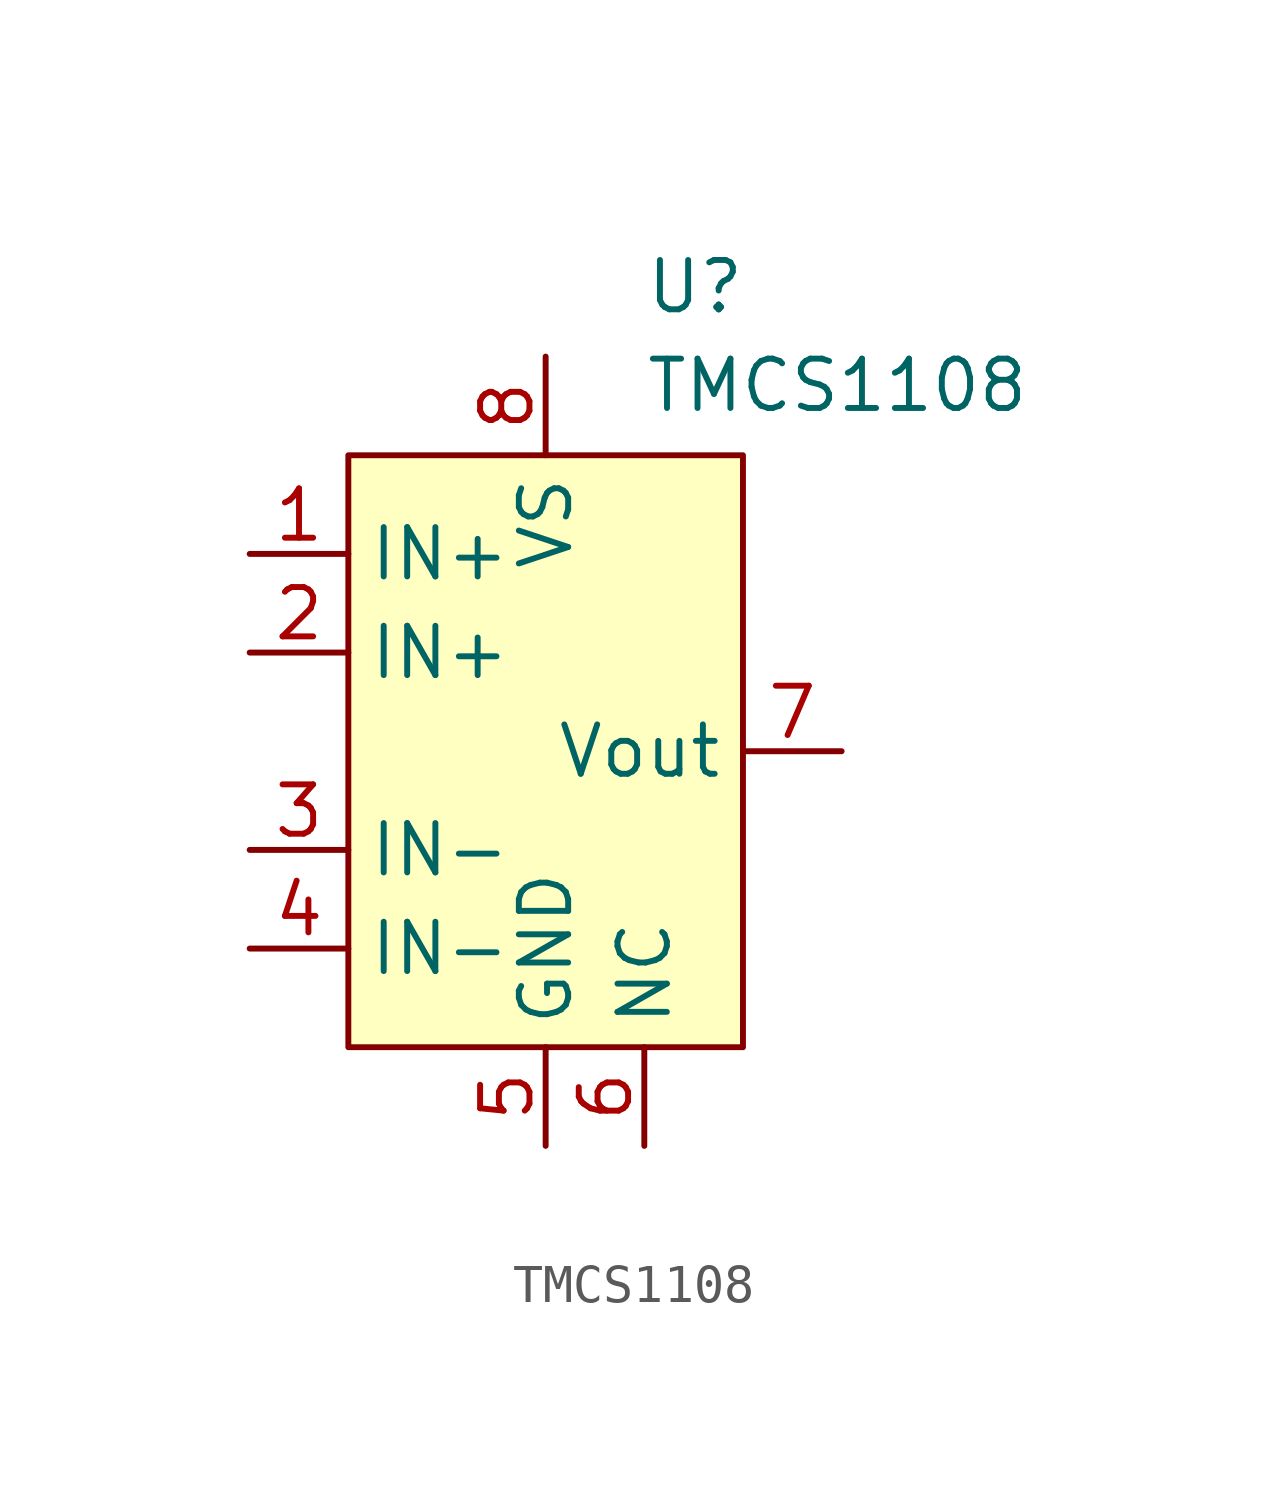
<source format=kicad_sym>
(kicad_symbol_lib
  (version 20211014)
  (generator kicad_symbol_editor)
  (symbol "TMCS1108"
    (property "Reference" "U"
      (at 2.54 12.7 0)
      (effects (font (size 1.27 1.27)) (justify left top)))
    (property "Value" "TMCS1108"
      (at 2.54 10.16 0)
      (effects (font (size 1.27 1.27)) (justify left top)))
    (symbol "TMCS1108_0_0"
      (pin input line (at -7.62 5.08 0) (length 2.54) (name "IN+" (effects (font (size 1.27 1.27)))) (number "1" (effects (font (size 1.27 1.27)))))
      (pin input line (at -7.62 2.54 0) (length 2.54) (name "IN+" (effects (font (size 1.27 1.27)))) (number "2" (effects (font (size 1.27 1.27)))))
      (pin input line (at -7.62 -2.54 0) (length 2.54) (name "IN-" (effects (font (size 1.27 1.27)))) (number "3" (effects (font (size 1.27 1.27)))))
      (pin input line (at -7.62 -5.08 0) (length 2.54) (name "IN-" (effects (font (size 1.27 1.27)))) (number "4" (effects (font (size 1.27 1.27)))))
      (pin power_in line (at 0 -10.16 90) (length 2.54) (name "GND" (effects (font (size 1.27 1.27)))) (number "5" (effects (font (size 1.27 1.27)))))
      (pin passive line (at 2.54 -10.16 90) (length 2.54) (name "NC" (effects (font (size 1.27 1.27)))) (number "6" (effects (font (size 1.27 1.27)))))
      (pin output line (at 7.62 0 180) (length 2.54) (name "Vout" (effects (font (size 1.27 1.27)))) (number "7" (effects (font (size 1.27 1.27)))))
      (pin power_in line (at 0 10.16 270) (length 2.54) (name "VS" (effects (font (size 1.27 1.27)))) (number "8" (effects (font (size 1.27 1.27))))))
    (symbol "TMCS1108_0_1"
      (rectangle (start -5.08 7.62) (end 5.08 -7.62) (stroke (width 0.152) (type default) (color 0 0 0 0)) (fill (type background))))))
</source>
